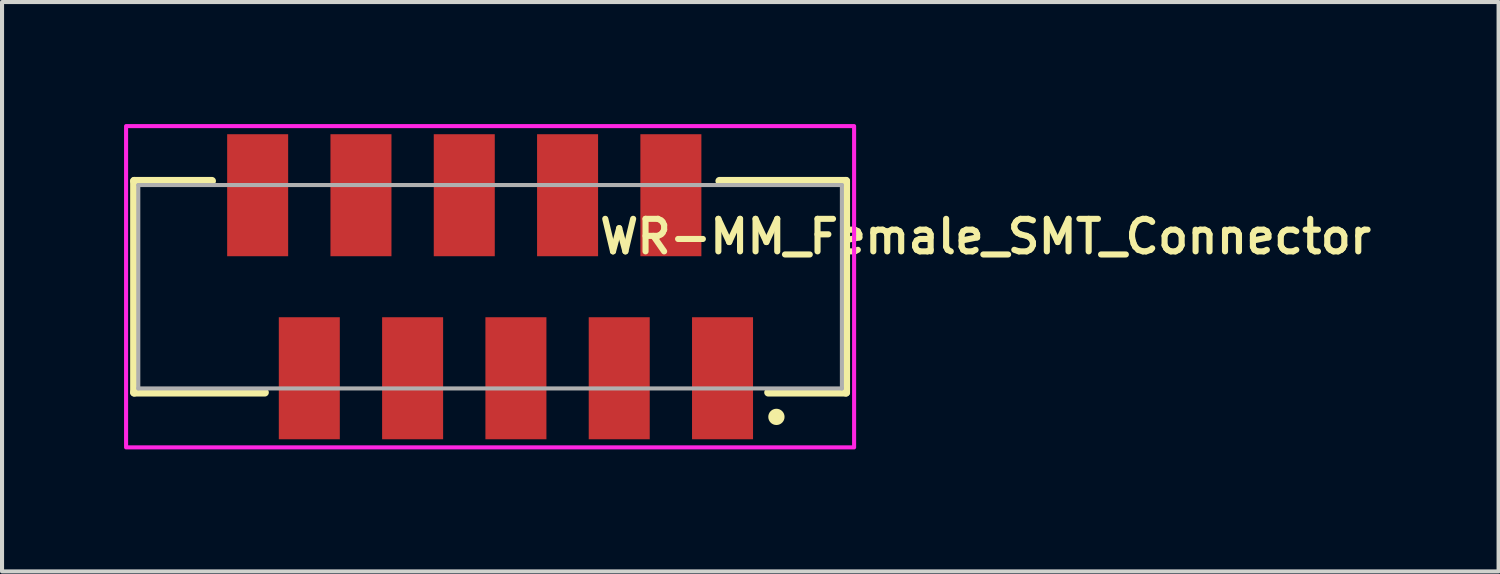
<source format=kicad_pcb>
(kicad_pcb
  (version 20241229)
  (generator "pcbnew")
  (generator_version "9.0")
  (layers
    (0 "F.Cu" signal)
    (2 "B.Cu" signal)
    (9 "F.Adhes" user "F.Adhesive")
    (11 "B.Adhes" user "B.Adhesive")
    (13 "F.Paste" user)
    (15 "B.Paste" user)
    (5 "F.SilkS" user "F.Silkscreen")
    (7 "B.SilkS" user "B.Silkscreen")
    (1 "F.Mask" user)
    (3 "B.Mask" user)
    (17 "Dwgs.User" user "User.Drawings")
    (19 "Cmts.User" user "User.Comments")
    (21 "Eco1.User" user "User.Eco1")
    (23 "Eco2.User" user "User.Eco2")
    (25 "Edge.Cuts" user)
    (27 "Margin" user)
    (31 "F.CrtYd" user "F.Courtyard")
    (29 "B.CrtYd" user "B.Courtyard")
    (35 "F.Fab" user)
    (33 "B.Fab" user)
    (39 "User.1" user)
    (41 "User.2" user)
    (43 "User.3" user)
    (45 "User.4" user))
  (footprint "WR-MM_Female_SMT_Connector"
    (layer "F.Cu")
    (at 9 4)
    (property "Reference" "WR-MM_Female_SMT_Connector" (at 12.184 -1.232 0) (layer "F.SilkS") (effects (font (size 0.8 0.8) (thickness 0.15))))
    (attr through_hole)
    (fp_line (start -8.75 -2.6) (end -8.75 2.6) (stroke (width 0.2) (type solid)) (layer "F.SilkS"))
    (fp_line (start -8.75 2.6) (end -5.54 2.6) (stroke (width 0.2) (type solid)) (layer "F.SilkS"))
    (fp_line (start -6.84 -2.6) (end -8.75 -2.6) (stroke (width 0.2) (type solid)) (layer "F.SilkS"))
    (fp_line (start 5.64 -2.6) (end 8.75 -2.6) (stroke (width 0.2) (type solid)) (layer "F.SilkS"))
    (fp_line (start 8.75 -2.6) (end 8.75 2.6) (stroke (width 0.2) (type solid)) (layer "F.SilkS"))
    (fp_line (start 8.75 2.6) (end 6.84 2.6) (stroke (width 0.2) (type solid)) (layer "F.SilkS"))
    (fp_circle (center 7.04 3.2) (end 7.14 3.2) (stroke (width 0.2) (type solid)) (fill no) (layer "F.SilkS"))
    (fp_poly (pts (xy 8.95 3.95) (xy -8.95 3.95) (xy -8.95 -3.95) (xy 8.95 -3.95)) (stroke (width 0.1) (type solid)) (fill no) (layer "F.CrtYd"))
    (fp_line (start -8.65 -2.5) (end -8.65 2.5) (stroke (width 0.1) (type solid)) (layer "F.Fab"))
    (fp_line (start 8.65 -2.5) (end -8.65 -2.5) (stroke (width 0.1) (type solid)) (layer "F.Fab"))
    (fp_line (start 8.65 2.5) (end -8.65 2.5) (stroke (width 0.1) (type solid)) (layer "F.Fab"))
    (fp_line (start 8.65 2.5) (end 8.65 -2.5) (stroke (width 0.1) (type solid)) (layer "F.Fab"))
    (pad "1" smd rect (at 5.715 2.25 180) (size 1.5 3) (layers "F.Cu" "F.Mask" "F.Paste"))
    (pad "2" smd rect (at 4.445 -2.25 180) (size 1.5 3) (layers "F.Cu" "F.Mask" "F.Paste"))
    (pad "3" smd rect (at 3.175 2.25 180) (size 1.5 3) (layers "F.Cu" "F.Mask" "F.Paste"))
    (pad "4" smd rect (at 1.905 -2.25 180) (size 1.5 3) (layers "F.Cu" "F.Mask" "F.Paste"))
    (pad "5" smd rect (at 0.635 2.25 180) (size 1.5 3) (layers "F.Cu" "F.Mask" "F.Paste"))
    (pad "6" smd rect (at -0.635 -2.25 180) (size 1.5 3) (layers "F.Cu" "F.Mask" "F.Paste"))
    (pad "7" smd rect (at -1.905 2.25 180) (size 1.5 3) (layers "F.Cu" "F.Mask" "F.Paste"))
    (pad "8" smd rect (at -3.175 -2.25 180) (size 1.5 3) (layers "F.Cu" "F.Mask" "F.Paste"))
    (pad "9" smd rect (at -4.445 2.25 180) (size 1.5 3) (layers "F.Cu" "F.Mask" "F.Paste"))
    (pad "10" smd rect (at -5.715 -2.25 180) (size 1.5 3) (layers "F.Cu" "F.Mask" "F.Paste")))
  (gr_rect
    (start -3 -3)
    (end 33.796 11)
    (stroke (width 0.1) (type default))
    (fill no)
    (layer "Edge.Cuts")))
</source>
